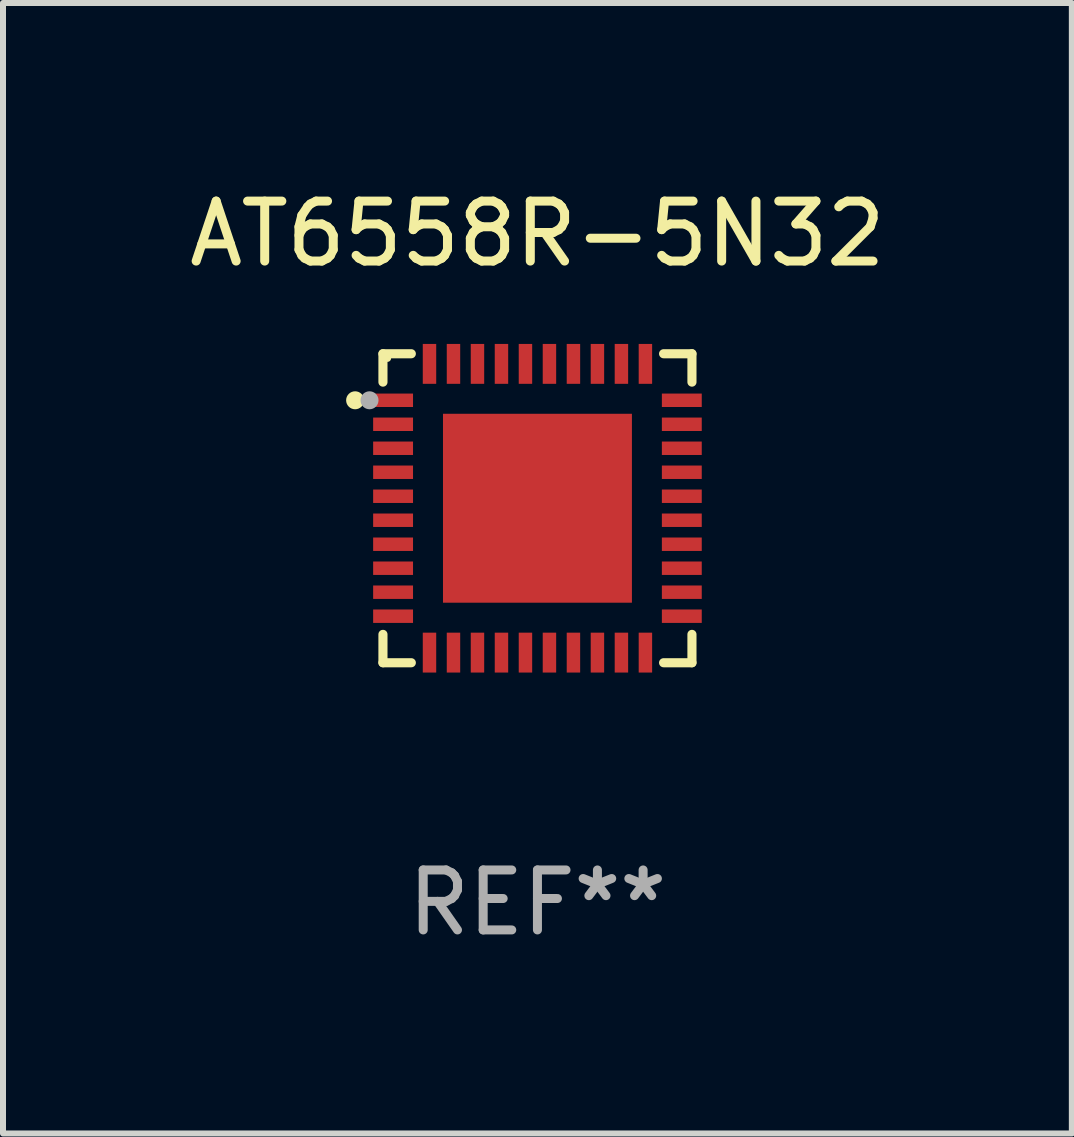
<source format=kicad_pcb>
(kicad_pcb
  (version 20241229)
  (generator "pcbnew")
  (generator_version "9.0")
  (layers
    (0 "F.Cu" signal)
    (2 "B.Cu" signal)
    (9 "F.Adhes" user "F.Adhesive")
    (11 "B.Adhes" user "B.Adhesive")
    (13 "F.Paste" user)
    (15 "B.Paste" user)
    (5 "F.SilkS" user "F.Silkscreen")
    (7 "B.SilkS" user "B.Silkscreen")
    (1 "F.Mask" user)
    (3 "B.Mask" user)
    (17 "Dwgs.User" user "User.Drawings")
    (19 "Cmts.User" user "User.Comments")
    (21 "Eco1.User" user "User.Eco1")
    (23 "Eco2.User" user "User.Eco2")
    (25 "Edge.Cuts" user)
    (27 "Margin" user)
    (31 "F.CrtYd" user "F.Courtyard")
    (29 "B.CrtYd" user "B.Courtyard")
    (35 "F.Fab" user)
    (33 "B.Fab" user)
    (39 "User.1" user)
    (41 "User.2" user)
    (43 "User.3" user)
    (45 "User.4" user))
  (footprint "AT6558R-5N32"
    (layer "F.Cu")
    (at 5.911 5.424)
    (property "Reference" "AT6558R-5N32" (at 0 -4.576 0) (layer "F.SilkS") (effects (font (size 1 1) (thickness 0.15))))
    (attr through_hole)
    (fp_line (start -2.576 -2.576) (end -2.576 -2.103) (stroke (width 0.152) (type solid)) (layer "F.SilkS"))
    (fp_line (start -2.576 2.576) (end -2.576 2.103) (stroke (width 0.152) (type solid)) (layer "F.SilkS"))
    (fp_line (start -2.103 -2.576) (end -2.576 -2.576) (stroke (width 0.152) (type solid)) (layer "F.SilkS"))
    (fp_line (start -2.103 2.576) (end -2.576 2.576) (stroke (width 0.152) (type solid)) (layer "F.SilkS"))
    (fp_line (start 2.103 -2.576) (end 2.576 -2.576) (stroke (width 0.152) (type solid)) (layer "F.SilkS"))
    (fp_line (start 2.103 2.576) (end 2.576 2.576) (stroke (width 0.152) (type solid)) (layer "F.SilkS"))
    (fp_line (start 2.576 -2.576) (end 2.576 -2.103) (stroke (width 0.152) (type solid)) (layer "F.SilkS"))
    (fp_line (start 2.576 2.576) (end 2.576 2.103) (stroke (width 0.152) (type solid)) (layer "F.SilkS"))
    (fp_circle (center -3.04 -1.8) (end -2.965 -1.8) (stroke (width 0.15) (type solid)) (fill no) (layer "F.SilkS"))
    (fp_circle (center -2.5 -2.5) (end -2.47 -2.5) (stroke (width 0.06) (type solid)) (fill no) (layer "F.SilkS"))
    (fp_circle (center -2.8 -1.8) (end -2.725 -1.8) (stroke (width 0.15) (type solid)) (fill no) (layer "F.Fab"))
    (fp_text user "REF**" (at 0 6.576 0) (layer "F.Fab") (effects (font (size 1 1) (thickness 0.15))))
    (pad "1" smd rect (at -2.407 -1.8) (size 0.665 0.224) (layers "F.Cu" "F.Mask" "F.Paste"))
    (pad "2" smd rect (at -2.407 -1.4) (size 0.665 0.224) (layers "F.Cu" "F.Mask" "F.Paste"))
    (pad "3" smd rect (at -2.407 -1) (size 0.665 0.224) (layers "F.Cu" "F.Mask" "F.Paste"))
    (pad "4" smd rect (at -2.407 -0.6) (size 0.665 0.224) (layers "F.Cu" "F.Mask" "F.Paste"))
    (pad "5" smd rect (at -2.407 -0.2) (size 0.665 0.224) (layers "F.Cu" "F.Mask" "F.Paste"))
    (pad "6" smd rect (at -2.407 0.2) (size 0.665 0.224) (layers "F.Cu" "F.Mask" "F.Paste"))
    (pad "7" smd rect (at -2.407 0.6) (size 0.665 0.224) (layers "F.Cu" "F.Mask" "F.Paste"))
    (pad "8" smd rect (at -2.407 1) (size 0.665 0.224) (layers "F.Cu" "F.Mask" "F.Paste"))
    (pad "9" smd rect (at -2.407 1.4) (size 0.665 0.224) (layers "F.Cu" "F.Mask" "F.Paste"))
    (pad "10" smd rect (at -2.407 1.8) (size 0.665 0.224) (layers "F.Cu" "F.Mask" "F.Paste"))
    (pad "11" smd rect (at -1.8 2.407) (size 0.224 0.665) (layers "F.Cu" "F.Mask" "F.Paste"))
    (pad "12" smd rect (at -1.4 2.407) (size 0.224 0.665) (layers "F.Cu" "F.Mask" "F.Paste"))
    (pad "13" smd rect (at -1 2.407) (size 0.224 0.665) (layers "F.Cu" "F.Mask" "F.Paste"))
    (pad "14" smd rect (at -0.6 2.407) (size 0.224 0.665) (layers "F.Cu" "F.Mask" "F.Paste"))
    (pad "15" smd rect (at -0.2 2.407) (size 0.224 0.665) (layers "F.Cu" "F.Mask" "F.Paste"))
    (pad "16" smd rect (at 0.2 2.407) (size 0.224 0.665) (layers "F.Cu" "F.Mask" "F.Paste"))
    (pad "17" smd rect (at 0.6 2.407) (size 0.224 0.665) (layers "F.Cu" "F.Mask" "F.Paste"))
    (pad "18" smd rect (at 1 2.407) (size 0.224 0.665) (layers "F.Cu" "F.Mask" "F.Paste"))
    (pad "19" smd rect (at 1.4 2.407) (size 0.224 0.665) (layers "F.Cu" "F.Mask" "F.Paste"))
    (pad "20" smd rect (at 1.8 2.407) (size 0.224 0.665) (layers "F.Cu" "F.Mask" "F.Paste"))
    (pad "21" smd rect (at 2.407 1.8) (size 0.665 0.224) (layers "F.Cu" "F.Mask" "F.Paste"))
    (pad "22" smd rect (at 2.407 1.4) (size 0.665 0.224) (layers "F.Cu" "F.Mask" "F.Paste"))
    (pad "23" smd rect (at 2.407 1) (size 0.665 0.224) (layers "F.Cu" "F.Mask" "F.Paste"))
    (pad "24" smd rect (at 2.407 0.6) (size 0.665 0.224) (layers "F.Cu" "F.Mask" "F.Paste"))
    (pad "25" smd rect (at 2.407 0.2) (size 0.665 0.224) (layers "F.Cu" "F.Mask" "F.Paste"))
    (pad "26" smd rect (at 2.407 -0.2) (size 0.665 0.224) (layers "F.Cu" "F.Mask" "F.Paste"))
    (pad "27" smd rect (at 2.407 -0.6) (size 0.665 0.224) (layers "F.Cu" "F.Mask" "F.Paste"))
    (pad "28" smd rect (at 2.407 -1) (size 0.665 0.224) (layers "F.Cu" "F.Mask" "F.Paste"))
    (pad "29" smd rect (at 2.407 -1.4) (size 0.665 0.224) (layers "F.Cu" "F.Mask" "F.Paste"))
    (pad "30" smd rect (at 2.407 -1.8) (size 0.665 0.224) (layers "F.Cu" "F.Mask" "F.Paste"))
    (pad "31" smd rect (at 1.8 -2.407) (size 0.224 0.665) (layers "F.Cu" "F.Mask" "F.Paste"))
    (pad "32" smd rect (at 1.4 -2.407) (size 0.224 0.665) (layers "F.Cu" "F.Mask" "F.Paste"))
    (pad "33" smd rect (at 1 -2.407) (size 0.224 0.665) (layers "F.Cu" "F.Mask" "F.Paste"))
    (pad "34" smd rect (at 0.6 -2.407) (size 0.224 0.665) (layers "F.Cu" "F.Mask" "F.Paste"))
    (pad "35" smd rect (at 0.2 -2.407) (size 0.224 0.665) (layers "F.Cu" "F.Mask" "F.Paste"))
    (pad "36" smd rect (at -0.2 -2.407) (size 0.224 0.665) (layers "F.Cu" "F.Mask" "F.Paste"))
    (pad "37" smd rect (at -0.6 -2.407) (size 0.224 0.665) (layers "F.Cu" "F.Mask" "F.Paste"))
    (pad "38" smd rect (at -1 -2.407) (size 0.224 0.665) (layers "F.Cu" "F.Mask" "F.Paste"))
    (pad "39" smd rect (at -1.4 -2.407) (size 0.224 0.665) (layers "F.Cu" "F.Mask" "F.Paste"))
    (pad "40" smd rect (at -1.8 -2.407) (size 0.224 0.665) (layers "F.Cu" "F.Mask" "F.Paste"))
    (pad "41" smd rect (at 0 0) (size 3.15 3.15) (layers "F.Cu" "F.Mask" "F.Paste")))
  (gr_rect
    (start -3 -3)
    (end 14.821 15.849)
    (stroke (width 0.1) (type default))
    (fill no)
    (layer "Edge.Cuts")))
</source>
